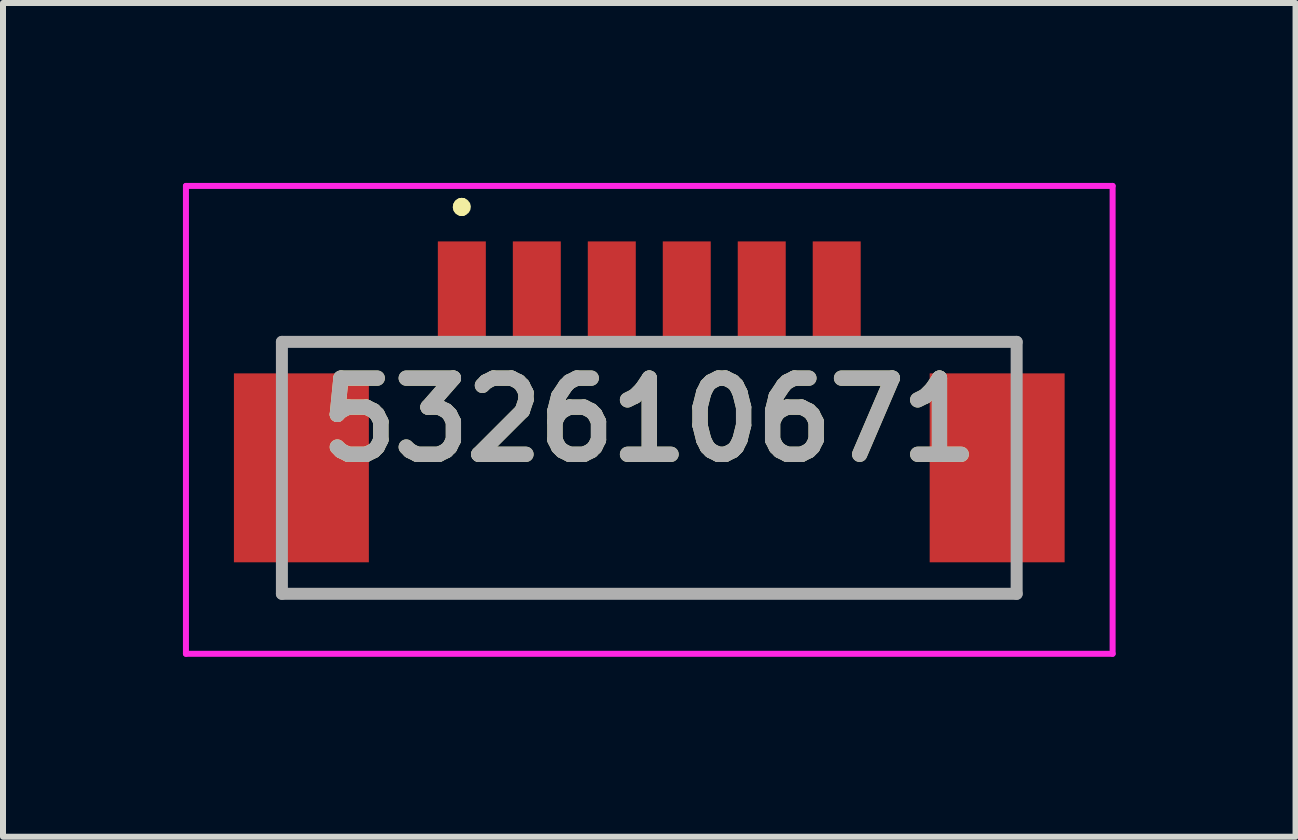
<source format=kicad_pcb>
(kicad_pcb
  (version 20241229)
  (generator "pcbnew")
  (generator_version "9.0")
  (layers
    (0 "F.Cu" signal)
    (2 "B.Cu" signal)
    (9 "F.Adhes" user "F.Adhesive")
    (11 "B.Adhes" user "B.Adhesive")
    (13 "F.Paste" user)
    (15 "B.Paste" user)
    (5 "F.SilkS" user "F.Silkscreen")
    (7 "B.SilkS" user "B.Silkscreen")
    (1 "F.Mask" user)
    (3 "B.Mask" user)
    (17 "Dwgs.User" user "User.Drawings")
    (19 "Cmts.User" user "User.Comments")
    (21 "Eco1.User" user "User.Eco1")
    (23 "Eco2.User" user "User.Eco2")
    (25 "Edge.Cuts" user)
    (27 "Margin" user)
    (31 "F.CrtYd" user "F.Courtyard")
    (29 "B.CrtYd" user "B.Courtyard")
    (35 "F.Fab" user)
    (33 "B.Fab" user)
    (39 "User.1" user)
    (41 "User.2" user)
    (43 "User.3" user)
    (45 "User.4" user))
  (footprint "532610671"
    (layer "F.Cu")
    (at 7.775 4.75)
    (property "Reference" "532610671" (at 0 -0.8 0) (layer "F.SilkS") (effects (font (size 1.27 1.27) (thickness 0.254))))
    (attr smd)
    (fp_line (start -6.125 -2.1) (end -6.125 -2.1) (stroke (width 0.1) (type solid)) (layer "F.SilkS"))
    (fp_line (start -6.125 -2.1) (end -4.25 -2.1) (stroke (width 0.1) (type solid)) (layer "F.SilkS"))
    (fp_line (start -6.125 2.1) (end -6.125 2.1) (stroke (width 0.1) (type solid)) (layer "F.SilkS"))
    (fp_line (start -6.125 2.1) (end 6.125 2.1) (stroke (width 0.1) (type solid)) (layer "F.SilkS"))
    (fp_line (start -4.25 -2.1) (end -6.125 -2.1) (stroke (width 0.1) (type solid)) (layer "F.SilkS"))
    (fp_line (start -4.25 -2.1) (end -4.25 -2.1) (stroke (width 0.1) (type solid)) (layer "F.SilkS"))
    (fp_line (start -3.125 -4.4) (end -3.125 -4.4) (stroke (width 0.2) (type solid)) (layer "F.SilkS"))
    (fp_line (start -3.125 -4.4) (end -3.125 -4.4) (stroke (width 0.2) (type solid)) (layer "F.SilkS"))
    (fp_line (start -3.125 -4.3) (end -3.125 -4.3) (stroke (width 0.2) (type solid)) (layer "F.SilkS"))
    (fp_line (start 4.25 -2.1) (end 4.25 -2.1) (stroke (width 0.1) (type solid)) (layer "F.SilkS"))
    (fp_line (start 4.25 -2.1) (end 6.125 -2.1) (stroke (width 0.1) (type solid)) (layer "F.SilkS"))
    (fp_line (start 6.125 -2.1) (end 4.25 -2.1) (stroke (width 0.1) (type solid)) (layer "F.SilkS"))
    (fp_line (start 6.125 -2.1) (end 6.125 -2.1) (stroke (width 0.1) (type solid)) (layer "F.SilkS"))
    (fp_line (start 6.125 2.1) (end -6.125 2.1) (stroke (width 0.1) (type solid)) (layer "F.SilkS"))
    (fp_line (start 6.125 2.1) (end 6.125 2.1) (stroke (width 0.1) (type solid)) (layer "F.SilkS"))
    (fp_arc (start -3.125 -4.4) (mid -3.075 -4.35) (end -3.125 -4.3) (stroke (width 0.2) (type solid)) (layer "F.SilkS"))
    (fp_arc (start -3.125 -4.3) (mid -3.175 -4.35) (end -3.125 -4.4) (stroke (width 0.2) (type solid)) (layer "F.SilkS"))
    (fp_arc (start -3.125 -4.3) (mid -3.175 -4.35) (end -3.125 -4.4) (stroke (width 0.2) (type solid)) (layer "F.SilkS"))
    (fp_line (start -7.725 -4.7) (end 7.725 -4.7) (stroke (width 0.1) (type solid)) (layer "F.CrtYd"))
    (fp_line (start -7.725 3.1) (end -7.725 -4.7) (stroke (width 0.1) (type solid)) (layer "F.CrtYd"))
    (fp_line (start 7.725 -4.7) (end 7.725 3.1) (stroke (width 0.1) (type solid)) (layer "F.CrtYd"))
    (fp_line (start 7.725 3.1) (end -7.725 3.1) (stroke (width 0.1) (type solid)) (layer "F.CrtYd"))
    (fp_line (start -6.125 -2.1) (end -6.125 2.1) (stroke (width 0.2) (type solid)) (layer "F.Fab"))
    (fp_line (start -6.125 2.1) (end 6.125 2.1) (stroke (width 0.2) (type solid)) (layer "F.Fab"))
    (fp_line (start 6.125 -2.1) (end -6.125 -2.1) (stroke (width 0.2) (type solid)) (layer "F.Fab"))
    (fp_line (start 6.125 2.1) (end 6.125 -2.1) (stroke (width 0.2) (type solid)) (layer "F.Fab"))
    (fp_text user "${REFERENCE}" (at 0 -0.8 0) (layer "F.Fab") (effects (font (size 1.27 1.27) (thickness 0.254))))
    (pad "1" smd rect (at -3.125 -2.9) (size 0.8 1.75) (layers "F.Cu" "F.Mask" "F.Paste"))
    (pad "2" smd rect (at -1.875 -2.9) (size 0.8 1.75) (layers "F.Cu" "F.Mask" "F.Paste"))
    (pad "3" smd rect (at -0.625 -2.9) (size 0.8 1.75) (layers "F.Cu" "F.Mask" "F.Paste"))
    (pad "4" smd rect (at 0.625 -2.9) (size 0.8 1.75) (layers "F.Cu" "F.Mask" "F.Paste"))
    (pad "5" smd rect (at 1.875 -2.9) (size 0.8 1.75) (layers "F.Cu" "F.Mask" "F.Paste"))
    (pad "6" smd rect (at 3.125 -2.9) (size 0.8 1.75) (layers "F.Cu" "F.Mask" "F.Paste"))
    (pad "7" smd rect (at -5.8 0) (size 2.25 3.15) (layers "F.Cu" "F.Mask" "F.Paste"))
    (pad "8" smd rect (at 5.8 0) (size 2.25 3.15) (layers "F.Cu" "F.Mask" "F.Paste")))
  (gr_rect
    (start -3 -3)
    (end 18.55 10.9)
    (stroke (width 0.1) (type default))
    (fill no)
    (layer "Edge.Cuts")))
</source>
